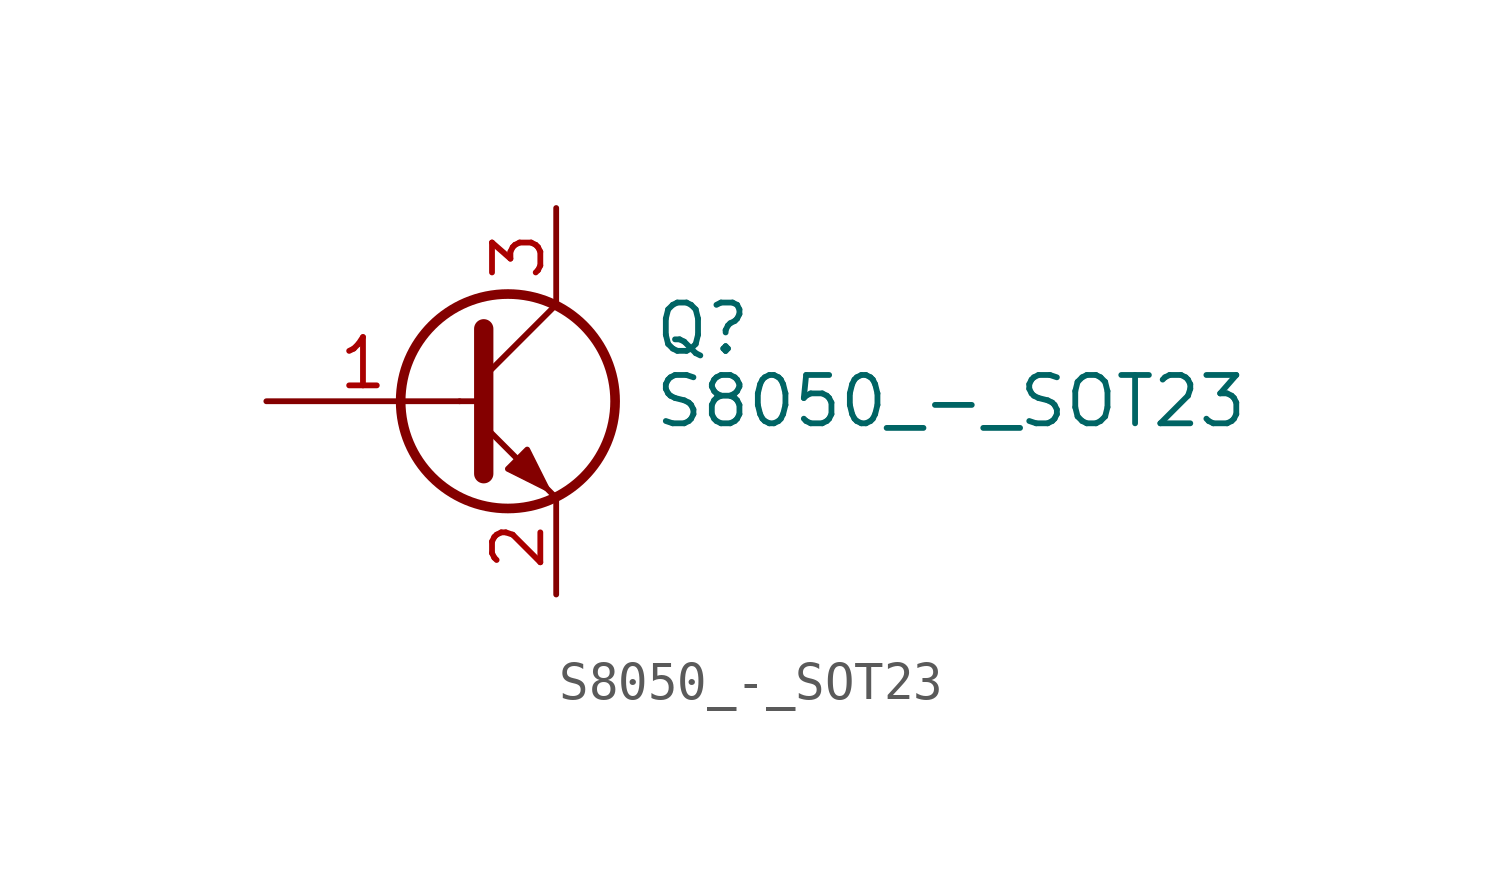
<source format=kicad_sym>
(kicad_symbol_lib
  (version 20211014)
  (generator kicad_symbol_editor)
  (symbol "S8050_-_SOT23"
    (pin_names
      (offset 0) hide)
    (property "Reference" "Q"
      (at 5.08 1.905 0)
      (effects (font (size 1.27 1.27)) (justify left)))
    (property "Value" "S8050_-_SOT23"
      (at 5.08 0 0)
      (effects (font (size 1.27 1.27)) (justify left)))
    (symbol "S8050_-_SOT23_0_1"
      (polyline (pts (xy 0 0) (xy 0.635 0)) (stroke (width 0) (type default) (color 0 0 0 0)) (fill (type none)))
      (polyline (pts (xy 0.635 0.635) (xy 2.54 2.54)) (stroke (width 0) (type default) (color 0 0 0 0)) (fill (type none)))
      (polyline (pts (xy 0.635 -0.635) (xy 2.54 -2.54) (xy 2.54 -2.54)) (stroke (width 0) (type default) (color 0 0 0 0)) (fill (type none)))
      (polyline (pts (xy 0.635 1.905) (xy 0.635 -1.905) (xy 0.635 -1.905)) (stroke (width 0.508) (type default) (color 0 0 0 0)) (fill (type none)))
      (polyline (pts (xy 1.27 -1.778) (xy 1.778 -1.27) (xy 2.286 -2.286) (xy 1.27 -1.778) (xy 1.27 -1.778)) (stroke (width 0) (type default) (color 0 0 0 0)) (fill (type outline)))
      (circle (center 1.27 0) (radius 2.819) (stroke (width 0.254) (type default) (color 0 0 0 0)) (fill (type none))))
    (symbol "S8050_-_SOT23_1_1"
      (pin input line (at -5.08 0 0) (length 5.08) (name "B" (effects (font (size 1.27 1.27)))) (number "1" (effects (font (size 1.27 1.27)))))
      (pin passive line (at 2.54 -5.08 90) (length 2.54) (name "E" (effects (font (size 1.27 1.27)))) (number "2" (effects (font (size 1.27 1.27)))))
      (pin passive line (at 2.54 5.08 270) (length 2.54) (name "C" (effects (font (size 1.27 1.27)))) (number "3" (effects (font (size 1.27 1.27))))))))
</source>
